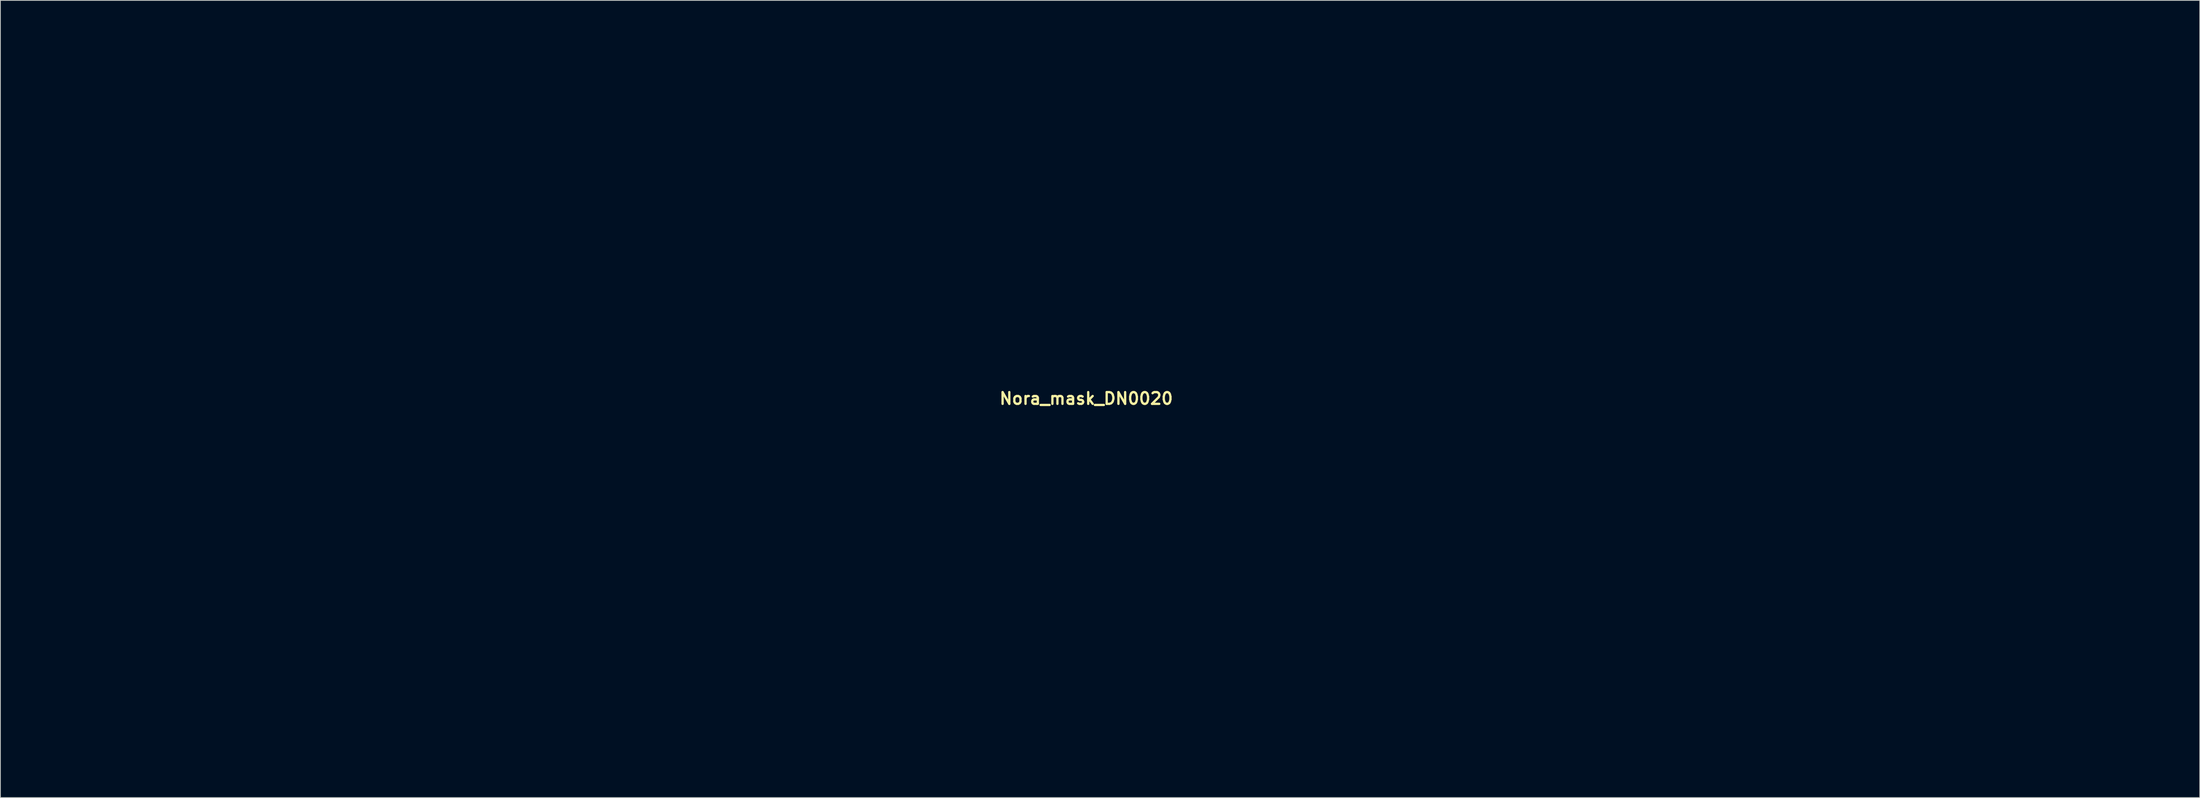
<source format=kicad_pcb>
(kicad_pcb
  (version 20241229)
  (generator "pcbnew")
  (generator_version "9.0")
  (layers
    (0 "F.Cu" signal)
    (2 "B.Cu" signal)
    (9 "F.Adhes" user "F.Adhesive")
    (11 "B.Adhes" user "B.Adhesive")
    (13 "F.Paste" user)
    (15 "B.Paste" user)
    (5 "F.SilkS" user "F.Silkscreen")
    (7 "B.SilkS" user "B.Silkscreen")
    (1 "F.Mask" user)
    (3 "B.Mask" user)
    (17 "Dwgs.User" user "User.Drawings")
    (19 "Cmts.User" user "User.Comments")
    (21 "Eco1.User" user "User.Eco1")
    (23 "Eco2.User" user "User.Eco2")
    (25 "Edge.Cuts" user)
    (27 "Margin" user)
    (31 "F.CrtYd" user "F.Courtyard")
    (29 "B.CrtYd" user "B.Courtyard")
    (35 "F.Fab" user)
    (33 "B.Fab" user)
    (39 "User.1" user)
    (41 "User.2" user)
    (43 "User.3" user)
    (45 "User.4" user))
  (footprint "Nora_mask_DN0020"
    (layer "F.Cu")
    (at 137.813 48.639)
    (property "Reference" "Nora_mask_DN0020" (at 0 0 0) (layer "F.SilkS") (effects (font (size 1.524 1.524) (thickness 0.3))))
    (attr through_hole)
    (fp_poly (pts (xy -100.927 45.59) (xy -100.615 45.594) (xy -99.701 45.614) (xy -100.608 47.189) (xy -100.919 47.722) (xy -101.166 48.134) (xy -101.354 48.428) (xy -101.484 48.607) (xy -101.558 48.676) (xy -101.574 48.671) (xy -101.625 48.586) (xy -101.737 48.396) (xy -101.898 48.121) (xy -102.098 47.778) (xy -102.326 47.384) (xy -102.494 47.096) (xy -103.354 45.614) (xy -102.442 45.594) (xy -101.976 45.588) (xy -101.446 45.586) (xy -100.927 45.59)) (stroke (width 0.01) (type solid)) (fill yes) (layer "F.Mask"))
    (fp_poly (pts (xy 35.032 -45.498) (xy 35.346 -45.493) (xy 36.26 -45.473) (xy 35.386 -43.958) (xy 35.144 -43.54) (xy 34.922 -43.165) (xy 34.732 -42.85) (xy 34.583 -42.61) (xy 34.487 -42.464) (xy 34.454 -42.425) (xy 34.404 -42.478) (xy 34.295 -42.638) (xy 34.136 -42.889) (xy 33.938 -43.213) (xy 33.711 -43.596) (xy 33.511 -43.94) (xy 32.625 -45.473) (xy 33.528 -45.493) (xy 33.989 -45.499) (xy 34.515 -45.501) (xy 35.032 -45.498)) (stroke (width 0.01) (type solid)) (fill yes) (layer "F.Mask"))
    (fp_poly (pts (xy 88.839 -45.506) (xy 90.699 -45.504) (xy 91.369 -44.328) (xy 91.598 -43.928) (xy 91.819 -43.539) (xy 92.018 -43.19) (xy 92.178 -42.911) (xy 92.273 -42.743) (xy 92.507 -42.333) (xy 88.838 -42.333) (xy 88.456 -42.986) (xy 88.257 -43.326) (xy 88.023 -43.732) (xy 87.785 -44.144) (xy 87.629 -44.415) (xy 87.45 -44.726) (xy 87.288 -45.005) (xy 87.16 -45.222) (xy 87.083 -45.347) (xy 87.082 -45.35) (xy 86.979 -45.508) (xy 88.839 -45.506)) (stroke (width 0.01) (type solid)) (fill yes) (layer "F.Mask"))
    (fp_poly (pts (xy -30.794 -42.304) (xy -30.678 -42.138) (xy -30.497 -41.851) (xy -30.254 -41.445) (xy -29.949 -40.921) (xy -29.582 -40.282) (xy -29.258 -39.708) (xy -28.988 -39.229) (xy -32.679 -39.229) (xy -32.538 -39.458) (xy -32.461 -39.588) (xy -32.327 -39.817) (xy -32.148 -40.125) (xy -31.937 -40.489) (xy -31.707 -40.886) (xy -31.646 -40.993) (xy -31.421 -41.381) (xy -31.218 -41.729) (xy -31.049 -42.016) (xy -30.924 -42.224) (xy -30.855 -42.335) (xy -30.846 -42.347) (xy -30.794 -42.304)) (stroke (width 0.01) (type solid)) (fill yes) (layer "F.Mask"))
    (fp_poly (pts (xy -99.694 -45.492) (xy -97.844 -45.473) (xy -96.971 -43.956) (xy -96.73 -43.537) (xy -96.515 -43.158) (xy -96.335 -42.836) (xy -96.199 -42.589) (xy -96.117 -42.433) (xy -96.097 -42.387) (xy -96.164 -42.372) (xy -96.354 -42.36) (xy -96.648 -42.349) (xy -97.027 -42.341) (xy -97.473 -42.336) (xy -97.913 -42.335) (xy -99.73 -42.336) (xy -100.401 -43.508) (xy -100.629 -43.909) (xy -100.852 -44.298) (xy -101.051 -44.647) (xy -101.212 -44.928) (xy -101.307 -45.095) (xy -101.544 -45.511) (xy -99.694 -45.492)) (stroke (width 0.01) (type solid)) (fill yes) (layer "F.Mask"))
    (fp_poly (pts (xy -135.948 -42.346) (xy -135.9 -42.273) (xy -135.793 -42.096) (xy -135.637 -41.834) (xy -135.445 -41.506) (xy -135.226 -41.129) (xy -135.148 -40.993) (xy -134.915 -40.59) (xy -134.698 -40.215) (xy -134.51 -39.891) (xy -134.362 -39.639) (xy -134.269 -39.481) (xy -134.255 -39.458) (xy -134.115 -39.229) (xy -137.808 -39.229) (xy -137.572 -39.643) (xy -137.178 -40.333) (xy -136.848 -40.908) (xy -136.577 -41.374) (xy -136.362 -41.739) (xy -136.196 -42.012) (xy -136.076 -42.199) (xy -135.997 -42.309) (xy -135.955 -42.348) (xy -135.948 -42.346)) (stroke (width 0.01) (type solid)) (fill yes) (layer "F.Mask"))
    (fp_poly (pts (xy 94.76 26.742) (xy 95.199 26.748) (xy 95.568 26.756) (xy 95.849 26.767) (xy 96.024 26.78) (xy 96.075 26.793) (xy 95.846 27.199) (xy 95.6 27.628) (xy 95.348 28.063) (xy 95.101 28.487) (xy 94.868 28.882) (xy 94.66 29.231) (xy 94.487 29.518) (xy 94.358 29.724) (xy 94.285 29.832) (xy 94.272 29.845) (xy 94.225 29.786) (xy 94.118 29.621) (xy 93.961 29.367) (xy 93.764 29.038) (xy 93.537 28.652) (xy 93.329 28.293) (xy 92.434 26.741) (xy 94.27 26.741) (xy 94.76 26.742)) (stroke (width 0.01) (type solid)) (fill yes) (layer "F.Mask"))
    (fp_poly (pts (xy -66.12 -42.393) (xy -65.671 -42.391) (xy -65.24 -42.387) (xy -63.43 -42.369) (xy -64.33 -40.8) (xy -64.574 -40.376) (xy -64.796 -39.995) (xy -64.986 -39.674) (xy -65.133 -39.429) (xy -65.23 -39.276) (xy -65.264 -39.231) (xy -65.307 -39.29) (xy -65.411 -39.455) (xy -65.565 -39.709) (xy -65.76 -40.038) (xy -65.985 -40.424) (xy -66.199 -40.794) (xy -66.442 -41.217) (xy -66.658 -41.6) (xy -66.838 -41.923) (xy -66.973 -42.173) (xy -67.054 -42.331) (xy -67.074 -42.381) (xy -66.999 -42.387) (xy -66.803 -42.391) (xy -66.503 -42.393) (xy -66.12 -42.393)) (stroke (width 0.01) (type solid)) (fill yes) (layer "F.Mask"))
    (fp_poly (pts (xy -48.935 -48.579) (xy -48.834 -48.427) (xy -48.685 -48.193) (xy -48.5 -47.895) (xy -48.292 -47.553) (xy -48.071 -47.186) (xy -47.849 -46.813) (xy -47.638 -46.455) (xy -47.45 -46.13) (xy -47.296 -45.858) (xy -47.188 -45.658) (xy -47.143 -45.565) (xy -47.204 -45.55) (xy -47.388 -45.536) (xy -47.676 -45.525) (xy -48.052 -45.516) (xy -48.495 -45.51) (xy -48.957 -45.508) (xy -50.794 -45.508) (xy -49.91 -47.043) (xy -49.666 -47.465) (xy -49.444 -47.847) (xy -49.254 -48.171) (xy -49.106 -48.42) (xy -49.01 -48.578) (xy -48.978 -48.627) (xy -48.935 -48.579)) (stroke (width 0.01) (type solid)) (fill yes) (layer "F.Mask"))
    (fp_poly (pts (xy -16.24 -48.555) (xy -16.133 -48.377) (xy -15.976 -48.111) (xy -15.778 -47.773) (xy -15.551 -47.382) (xy -15.355 -47.043) (xy -14.471 -45.508) (xy -16.308 -45.508) (xy -16.799 -45.511) (xy -17.238 -45.517) (xy -17.609 -45.526) (xy -17.891 -45.538) (xy -18.068 -45.553) (xy -18.121 -45.568) (xy -18.06 -45.693) (xy -17.943 -45.906) (xy -17.783 -46.188) (xy -17.59 -46.52) (xy -17.377 -46.882) (xy -17.155 -47.255) (xy -16.935 -47.619) (xy -16.73 -47.954) (xy -16.551 -48.242) (xy -16.41 -48.462) (xy -16.318 -48.596) (xy -16.287 -48.628) (xy -16.24 -48.555)) (stroke (width 0.01) (type solid)) (fill yes) (layer "F.Mask"))
    (fp_poly (pts (xy -1.802 -36.02) (xy -1.701 -35.869) (xy -1.552 -35.634) (xy -1.368 -35.336) (xy -1.16 -34.994) (xy -0.94 -34.627) (xy -0.718 -34.255) (xy -0.508 -33.896) (xy -0.32 -33.571) (xy -0.166 -33.3) (xy -0.057 -33.1) (xy -0.012 -33.006) (xy -0.073 -32.991) (xy -0.257 -32.977) (xy -0.545 -32.966) (xy -0.92 -32.957) (xy -1.364 -32.951) (xy -1.823 -32.949) (xy -3.657 -32.949) (xy -2.773 -34.484) (xy -2.529 -34.906) (xy -2.307 -35.288) (xy -2.118 -35.612) (xy -1.97 -35.861) (xy -1.875 -36.019) (xy -1.844 -36.068) (xy -1.802 -36.02)) (stroke (width 0.01) (type solid)) (fill yes) (layer "F.Mask"))
    (fp_poly (pts (xy 8.212 47.113) (xy 7.967 47.536) (xy 7.745 47.917) (xy 7.555 48.242) (xy 7.408 48.491) (xy 7.312 48.649) (xy 7.28 48.697) (xy 7.233 48.653) (xy 7.127 48.501) (xy 6.971 48.258) (xy 6.775 47.94) (xy 6.549 47.561) (xy 6.35 47.22) (xy 6.107 46.799) (xy 5.888 46.417) (xy 5.702 46.093) (xy 5.56 45.843) (xy 5.471 45.685) (xy 5.445 45.636) (xy 5.506 45.621) (xy 5.689 45.607) (xy 5.978 45.595) (xy 6.353 45.586) (xy 6.797 45.581) (xy 7.259 45.579) (xy 9.096 45.579) (xy 8.212 47.113)) (stroke (width 0.01) (type solid)) (fill yes) (layer "F.Mask"))
    (fp_poly (pts (xy 16.33 -48.58) (xy 16.432 -48.429) (xy 16.581 -48.195) (xy 16.765 -47.897) (xy 16.974 -47.555) (xy 17.195 -47.188) (xy 17.416 -46.816) (xy 17.627 -46.458) (xy 17.814 -46.133) (xy 17.968 -45.862) (xy 18.075 -45.663) (xy 18.121 -45.568) (xy 18.06 -45.552) (xy 17.876 -45.538) (xy 17.588 -45.525) (xy 17.212 -45.516) (xy 16.769 -45.51) (xy 16.308 -45.508) (xy 14.471 -45.508) (xy 15.355 -47.043) (xy 15.599 -47.465) (xy 15.821 -47.847) (xy 16.011 -48.171) (xy 16.159 -48.421) (xy 16.255 -48.579) (xy 16.287 -48.628) (xy 16.33 -48.58)) (stroke (width 0.01) (type solid)) (fill yes) (layer "F.Mask"))
    (fp_poly (pts (xy 35.859 -36.112) (xy 36.289 -36.108) (xy 38.097 -36.089) (xy 37.199 -34.521) (xy 36.955 -34.097) (xy 36.733 -33.716) (xy 36.543 -33.395) (xy 36.395 -33.15) (xy 36.299 -32.997) (xy 36.264 -32.951) (xy 36.221 -33.009) (xy 36.117 -33.174) (xy 35.963 -33.428) (xy 35.768 -33.757) (xy 35.542 -34.143) (xy 35.328 -34.512) (xy 35.085 -34.936) (xy 34.869 -35.318) (xy 34.689 -35.642) (xy 34.555 -35.891) (xy 34.474 -36.05) (xy 34.454 -36.1) (xy 34.529 -36.107) (xy 34.726 -36.111) (xy 35.026 -36.114) (xy 35.41 -36.114) (xy 35.859 -36.112)) (stroke (width 0.01) (type solid)) (fill yes) (layer "F.Mask"))
    (fp_poly (pts (xy 53.848 42.416) (xy 54.137 42.419) (xy 54.32 42.425) (xy 54.379 42.431) (xy 54.353 42.497) (xy 54.267 42.665) (xy 54.132 42.914) (xy 53.959 43.226) (xy 53.759 43.579) (xy 53.544 43.955) (xy 53.326 44.333) (xy 53.115 44.694) (xy 52.923 45.018) (xy 52.762 45.286) (xy 52.642 45.476) (xy 52.576 45.57) (xy 52.568 45.577) (xy 52.523 45.518) (xy 52.419 45.352) (xy 52.265 45.096) (xy 52.07 44.766) (xy 51.845 44.379) (xy 51.63 44.007) (xy 50.732 42.439) (xy 52.54 42.42) (xy 53.031 42.416) (xy 53.473 42.415) (xy 53.848 42.416)) (stroke (width 0.01) (type solid)) (fill yes) (layer "F.Mask"))
    (fp_poly (pts (xy -133.258 43.954) (xy -133.014 44.377) (xy -132.796 44.759) (xy -132.612 45.083) (xy -132.473 45.333) (xy -132.386 45.491) (xy -132.362 45.542) (xy -132.43 45.552) (xy -132.62 45.561) (xy -132.914 45.568) (xy -133.293 45.574) (xy -133.739 45.578) (xy -134.183 45.579) (xy -136.003 45.579) (xy -136.899 44.029) (xy -137.143 43.606) (xy -137.361 43.224) (xy -137.545 42.9) (xy -137.685 42.65) (xy -137.771 42.491) (xy -137.795 42.441) (xy -137.728 42.431) (xy -137.538 42.422) (xy -137.244 42.414) (xy -136.864 42.409) (xy -136.419 42.405) (xy -135.974 42.404) (xy -134.154 42.404) (xy -133.258 43.954)) (stroke (width 0.01) (type solid)) (fill yes) (layer "F.Mask"))
    (fp_poly (pts (xy -107.508 -36.112) (xy -107.221 -36.109) (xy -107.039 -36.103) (xy -106.981 -36.096) (xy -107.008 -36.032) (xy -107.093 -35.865) (xy -107.227 -35.616) (xy -107.398 -35.305) (xy -107.594 -34.953) (xy -107.805 -34.578) (xy -108.018 -34.202) (xy -108.223 -33.844) (xy -108.408 -33.524) (xy -108.561 -33.262) (xy -108.673 -33.079) (xy -108.729 -32.996) (xy -108.804 -32.992) (xy -108.842 -33.031) (xy -108.893 -33.117) (xy -109.004 -33.307) (xy -109.165 -33.582) (xy -109.364 -33.926) (xy -109.593 -34.32) (xy -109.759 -34.608) (xy -110.615 -36.089) (xy -108.813 -36.108) (xy -108.324 -36.112) (xy -107.883 -36.113) (xy -107.508 -36.112)) (stroke (width 0.01) (type solid)) (fill yes) (layer "F.Mask"))
    (fp_poly (pts (xy 135.98 -45.492) (xy 137.79 -45.473) (xy 136.892 -43.921) (xy 135.994 -42.369) (xy 134.178 -42.35) (xy 133.684 -42.347) (xy 133.243 -42.349) (xy 132.872 -42.355) (xy 132.589 -42.365) (xy 132.414 -42.379) (xy 132.362 -42.393) (xy 132.396 -42.467) (xy 132.489 -42.642) (xy 132.631 -42.898) (xy 132.808 -43.214) (xy 133.01 -43.57) (xy 133.224 -43.946) (xy 133.44 -44.32) (xy 133.645 -44.673) (xy 133.827 -44.984) (xy 133.975 -45.232) (xy 134.077 -45.397) (xy 134.118 -45.457) (xy 134.2 -45.471) (xy 134.404 -45.482) (xy 134.71 -45.49) (xy 135.099 -45.494) (xy 135.552 -45.495) (xy 135.98 -45.492)) (stroke (width 0.01) (type solid)) (fill yes) (layer "F.Mask"))
    (fp_poly (pts (xy -89.377 -42.392) (xy -89.09 -42.389) (xy -88.907 -42.383) (xy -88.849 -42.377) (xy -88.876 -42.312) (xy -88.962 -42.146) (xy -89.096 -41.898) (xy -89.267 -41.588) (xy -89.464 -41.237) (xy -89.674 -40.864) (xy -89.886 -40.491) (xy -90.09 -40.136) (xy -90.274 -39.821) (xy -90.426 -39.565) (xy -90.534 -39.388) (xy -90.562 -39.347) (xy -90.641 -39.264) (xy -90.704 -39.303) (xy -90.709 -39.311) (xy -90.761 -39.396) (xy -90.872 -39.586) (xy -91.033 -39.861) (xy -91.233 -40.204) (xy -91.461 -40.598) (xy -91.629 -40.886) (xy -92.488 -42.369) (xy -90.683 -42.387) (xy -90.193 -42.391) (xy -89.752 -42.393) (xy -89.377 -42.392)) (stroke (width 0.01) (type solid)) (fill yes) (layer "F.Mask"))
    (fp_poly (pts (xy 123.755 45.58) (xy 124.197 45.583) (xy 124.57 45.587) (xy 124.857 45.593) (xy 125.038 45.6) (xy 125.095 45.607) (xy 125.062 45.672) (xy 124.969 45.838) (xy 124.828 46.087) (xy 124.651 46.398) (xy 124.449 46.751) (xy 124.233 47.127) (xy 124.016 47.505) (xy 123.807 47.866) (xy 123.62 48.19) (xy 123.465 48.456) (xy 123.353 48.645) (xy 123.297 48.737) (xy 123.294 48.742) (xy 123.252 48.696) (xy 123.158 48.556) (xy 123.032 48.347) (xy 122.994 48.283) (xy 122.865 48.059) (xy 122.683 47.744) (xy 122.467 47.371) (xy 122.236 46.972) (xy 122.073 46.69) (xy 121.431 45.579) (xy 123.263 45.579) (xy 123.755 45.58)) (stroke (width 0.01) (type solid)) (fill yes) (layer "F.Mask"))
    (fp_poly (pts (xy 18.174 -39.169) (xy 18.277 -39.005) (xy 18.428 -38.755) (xy 18.618 -38.435) (xy 18.835 -38.064) (xy 19.069 -37.66) (xy 19.31 -37.24) (xy 19.548 -36.823) (xy 19.771 -36.426) (xy 19.792 -36.389) (xy 19.979 -36.054) (xy 18.133 -36.054) (xy 17.641 -36.056) (xy 17.2 -36.062) (xy 16.828 -36.072) (xy 16.544 -36.084) (xy 16.365 -36.099) (xy 16.31 -36.114) (xy 16.359 -36.21) (xy 16.465 -36.402) (xy 16.617 -36.67) (xy 16.803 -36.994) (xy 17.011 -37.354) (xy 17.231 -37.73) (xy 17.45 -38.104) (xy 17.657 -38.454) (xy 17.84 -38.761) (xy 17.987 -39.005) (xy 18.088 -39.168) (xy 18.131 -39.228) (xy 18.131 -39.228) (xy 18.174 -39.169)) (stroke (width 0.01) (type solid)) (fill yes) (layer "F.Mask"))
    (fp_poly (pts (xy -67.023 45.732) (xy -66.915 45.878) (xy -66.762 46.113) (xy -66.559 46.447) (xy -66.298 46.89) (xy -66.16 47.128) (xy -65.916 47.551) (xy -65.698 47.933) (xy -65.514 48.258) (xy -65.374 48.508) (xy -65.288 48.666) (xy -65.264 48.717) (xy -65.331 48.727) (xy -65.521 48.736) (xy -65.816 48.743) (xy -66.195 48.749) (xy -66.642 48.753) (xy -67.104 48.754) (xy -68.944 48.754) (xy -68.806 48.525) (xy -68.729 48.394) (xy -68.595 48.164) (xy -68.418 47.856) (xy -68.21 47.493) (xy -67.984 47.099) (xy -67.942 47.025) (xy -67.72 46.638) (xy -67.517 46.29) (xy -67.346 46.001) (xy -67.218 45.79) (xy -67.145 45.677) (xy -67.136 45.666) (xy -67.095 45.665) (xy -67.023 45.732)) (stroke (width 0.01) (type solid)) (fill yes) (layer "F.Mask"))
    (fp_poly (pts (xy 64.375 28.284) (xy 64.617 28.706) (xy 64.835 29.088) (xy 65.017 29.412) (xy 65.156 29.662) (xy 65.241 29.821) (xy 65.264 29.871) (xy 65.196 29.88) (xy 64.999 29.888) (xy 64.688 29.895) (xy 64.275 29.901) (xy 63.774 29.907) (xy 63.197 29.911) (xy 62.559 29.914) (xy 61.871 29.915) (xy 61.624 29.916) (xy 60.924 29.914) (xy 60.268 29.911) (xy 59.671 29.906) (xy 59.145 29.899) (xy 58.703 29.891) (xy 58.359 29.881) (xy 58.126 29.871) (xy 58.015 29.86) (xy 58.008 29.855) (xy 58.049 29.78) (xy 58.15 29.6) (xy 58.302 29.332) (xy 58.495 28.993) (xy 58.72 28.601) (xy 58.912 28.268) (xy 59.792 26.741) (xy 63.486 26.741) (xy 64.375 28.284)) (stroke (width 0.01) (type solid)) (fill yes) (layer "F.Mask"))
    (fp_poly (pts (xy 114.27 45.667) (xy 114.328 45.753) (xy 114.445 45.942) (xy 114.607 46.213) (xy 114.803 46.548) (xy 115.022 46.927) (xy 115.073 47.016) (xy 115.301 47.413) (xy 115.514 47.783) (xy 115.698 48.103) (xy 115.841 48.35) (xy 115.929 48.501) (xy 115.937 48.515) (xy 116.078 48.754) (xy 114.231 48.754) (xy 113.738 48.752) (xy 113.297 48.745) (xy 112.925 48.736) (xy 112.641 48.723) (xy 112.462 48.708) (xy 112.407 48.693) (xy 112.447 48.617) (xy 112.548 48.436) (xy 112.7 48.168) (xy 112.894 47.829) (xy 113.118 47.437) (xy 113.31 47.105) (xy 113.595 46.614) (xy 113.82 46.237) (xy 113.991 45.964) (xy 114.116 45.783) (xy 114.202 45.685) (xy 114.256 45.659) (xy 114.27 45.667)) (stroke (width 0.01) (type solid)) (fill yes) (layer "F.Mask"))
    (fp_poly (pts (xy -52.513 39.404) (xy -52.408 39.575) (xy -52.253 39.833) (xy -52.058 40.161) (xy -51.834 40.543) (xy -51.592 40.959) (xy -51.34 41.393) (xy -51.09 41.828) (xy -50.851 42.245) (xy -50.751 42.422) (xy -50.81 42.436) (xy -50.993 42.448) (xy -51.28 42.459) (xy -51.654 42.467) (xy -52.097 42.473) (xy -52.566 42.474) (xy -53.058 42.472) (xy -53.498 42.466) (xy -53.87 42.456) (xy -54.154 42.444) (xy -54.332 42.429) (xy -54.387 42.413) (xy -54.33 42.296) (xy -54.216 42.089) (xy -54.058 41.81) (xy -53.868 41.48) (xy -53.656 41.118) (xy -53.434 40.744) (xy -53.215 40.377) (xy -53.009 40.037) (xy -52.829 39.744) (xy -52.686 39.517) (xy -52.591 39.376) (xy -52.558 39.338) (xy -52.513 39.404)) (stroke (width 0.01) (type solid)) (fill yes) (layer "F.Mask"))
    (fp_poly (pts (xy 44.004 -42.401) (xy 44.45 -42.395) (xy 44.819 -42.384) (xy 45.094 -42.37) (xy 45.257 -42.354) (xy 45.297 -42.34) (xy 45.263 -42.265) (xy 45.169 -42.088) (xy 45.028 -41.831) (xy 44.851 -41.513) (xy 44.649 -41.157) (xy 44.434 -40.781) (xy 44.219 -40.407) (xy 44.015 -40.056) (xy 43.833 -39.747) (xy 43.686 -39.501) (xy 43.585 -39.34) (xy 43.546 -39.285) (xy 43.495 -39.326) (xy 43.384 -39.476) (xy 43.223 -39.723) (xy 43.019 -40.051) (xy 42.782 -40.447) (xy 42.592 -40.775) (xy 42.349 -41.199) (xy 42.131 -41.581) (xy 41.948 -41.906) (xy 41.808 -42.156) (xy 41.722 -42.315) (xy 41.698 -42.366) (xy 41.766 -42.376) (xy 41.956 -42.385) (xy 42.249 -42.393) (xy 42.628 -42.399) (xy 43.073 -42.403) (xy 43.498 -42.404) (xy 44.004 -42.401)) (stroke (width 0.01) (type solid)) (fill yes) (layer "F.Mask"))
    (fp_poly (pts (xy -126.407 -42.402) (xy -125.97 -42.398) (xy -125.602 -42.392) (xy -125.321 -42.383) (xy -125.146 -42.374) (xy -125.095 -42.364) (xy -125.129 -42.295) (xy -125.221 -42.124) (xy -125.362 -41.871) (xy -125.539 -41.558) (xy -125.74 -41.203) (xy -125.954 -40.827) (xy -126.17 -40.451) (xy -126.376 -40.095) (xy -126.559 -39.779) (xy -126.71 -39.523) (xy -126.815 -39.348) (xy -126.863 -39.274) (xy -126.917 -39.306) (xy -127.024 -39.44) (xy -127.166 -39.652) (xy -127.301 -39.874) (xy -127.666 -40.501) (xy -127.965 -41.016) (xy -128.204 -41.43) (xy -128.388 -41.752) (xy -128.523 -41.993) (xy -128.615 -42.163) (xy -128.669 -42.271) (xy -128.692 -42.328) (xy -128.693 -42.338) (xy -128.625 -42.358) (xy -128.429 -42.375) (xy -128.118 -42.388) (xy -127.706 -42.398) (xy -127.206 -42.403) (xy -126.894 -42.404) (xy -126.407 -42.402)) (stroke (width 0.01) (type solid)) (fill yes) (layer "F.Mask"))
    (fp_poly (pts (xy -85.194 39.396) (xy -85.091 39.546) (xy -84.942 39.779) (xy -84.756 40.076) (xy -84.548 40.418) (xy -84.327 40.785) (xy -84.106 41.158) (xy -83.896 41.517) (xy -83.708 41.843) (xy -83.555 42.116) (xy -83.448 42.317) (xy -83.399 42.426) (xy -83.397 42.436) (xy -83.464 42.447) (xy -83.654 42.456) (xy -83.947 42.464) (xy -84.326 42.47) (xy -84.771 42.473) (xy -85.196 42.474) (xy -85.74 42.472) (xy -86.202 42.465) (xy -86.571 42.453) (xy -86.833 42.438) (xy -86.974 42.42) (xy -86.995 42.408) (xy -86.961 42.333) (xy -86.868 42.157) (xy -86.726 41.9) (xy -86.548 41.583) (xy -86.346 41.227) (xy -86.131 40.851) (xy -85.915 40.477) (xy -85.71 40.125) (xy -85.528 39.816) (xy -85.38 39.569) (xy -85.278 39.406) (xy -85.238 39.35) (xy -85.194 39.396)) (stroke (width 0.01) (type solid)) (fill yes) (layer "F.Mask"))
    (fp_poly (pts (xy -43.01 -42.402) (xy -42.573 -42.398) (xy -42.205 -42.392) (xy -41.924 -42.383) (xy -41.749 -42.374) (xy -41.698 -42.364) (xy -41.732 -42.295) (xy -41.825 -42.124) (xy -41.965 -41.871) (xy -42.142 -41.558) (xy -42.344 -41.203) (xy -42.558 -40.827) (xy -42.774 -40.451) (xy -42.979 -40.095) (xy -43.163 -39.779) (xy -43.313 -39.523) (xy -43.419 -39.348) (xy -43.467 -39.274) (xy -43.536 -39.281) (xy -43.624 -39.38) (xy -43.738 -39.569) (xy -43.895 -39.835) (xy -44.083 -40.159) (xy -44.29 -40.519) (xy -44.504 -40.895) (xy -44.714 -41.267) (xy -44.908 -41.614) (xy -45.075 -41.915) (xy -45.202 -42.15) (xy -45.279 -42.297) (xy -45.297 -42.339) (xy -45.229 -42.358) (xy -45.034 -42.374) (xy -44.727 -42.388) (xy -44.322 -42.398) (xy -43.835 -42.403) (xy -43.498 -42.404) (xy -43.01 -42.402)) (stroke (width 0.01) (type solid)) (fill yes) (layer "F.Mask"))
    (fp_poly (pts (xy -19.929 39.396) (xy -19.826 39.545) (xy -19.676 39.778) (xy -19.491 40.075) (xy -19.282 40.416) (xy -19.061 40.783) (xy -18.84 41.156) (xy -18.63 41.514) (xy -18.443 41.84) (xy -18.29 42.112) (xy -18.183 42.313) (xy -18.135 42.422) (xy -18.133 42.432) (xy -18.2 42.443) (xy -18.39 42.454) (xy -18.684 42.462) (xy -19.062 42.469) (xy -19.507 42.473) (xy -19.932 42.474) (xy -20.438 42.472) (xy -20.884 42.465) (xy -21.253 42.455) (xy -21.528 42.441) (xy -21.692 42.425) (xy -21.731 42.411) (xy -21.697 42.336) (xy -21.604 42.16) (xy -21.462 41.904) (xy -21.285 41.587) (xy -21.082 41.231) (xy -20.868 40.855) (xy -20.652 40.481) (xy -20.447 40.129) (xy -20.265 39.818) (xy -20.117 39.571) (xy -20.015 39.407) (xy -19.974 39.349) (xy -19.929 39.396)) (stroke (width 0.01) (type solid)) (fill yes) (layer "F.Mask"))
    (fp_poly (pts (xy 107.454 36.127) (xy 107.896 36.133) (xy 108.267 36.142) (xy 108.551 36.154) (xy 108.73 36.169) (xy 108.785 36.184) (xy 108.736 36.279) (xy 108.631 36.469) (xy 108.479 36.736) (xy 108.293 37.059) (xy 108.085 37.419) (xy 107.865 37.795) (xy 107.646 38.169) (xy 107.439 38.519) (xy 107.255 38.827) (xy 107.107 39.073) (xy 107.006 39.237) (xy 106.963 39.298) (xy 106.962 39.298) (xy 106.919 39.24) (xy 106.815 39.075) (xy 106.661 38.821) (xy 106.467 38.493) (xy 106.242 38.108) (xy 106.045 37.768) (xy 105.802 37.346) (xy 105.583 36.965) (xy 105.398 36.64) (xy 105.255 36.39) (xy 105.166 36.231) (xy 105.14 36.181) (xy 105.201 36.166) (xy 105.385 36.152) (xy 105.673 36.141) (xy 106.049 36.132) (xy 106.493 36.126) (xy 106.962 36.124) (xy 107.454 36.127)) (stroke (width 0.01) (type solid)) (fill yes) (layer "F.Mask"))
    (fp_poly (pts (xy -110.021 -45.506) (xy -109.549 -45.498) (xy -109.185 -45.487) (xy -108.938 -45.471) (xy -108.818 -45.451) (xy -108.808 -45.441) (xy -108.857 -45.34) (xy -108.963 -45.144) (xy -109.114 -44.874) (xy -109.299 -44.55) (xy -109.506 -44.191) (xy -109.722 -43.817) (xy -109.937 -43.45) (xy -110.139 -43.109) (xy -110.316 -42.814) (xy -110.455 -42.586) (xy -110.547 -42.444) (xy -110.577 -42.406) (xy -110.648 -42.458) (xy -110.727 -42.563) (xy -110.809 -42.698) (xy -110.94 -42.921) (xy -111.108 -43.212) (xy -111.303 -43.549) (xy -111.511 -43.911) (xy -111.722 -44.279) (xy -111.922 -44.632) (xy -112.102 -44.948) (xy -112.248 -45.208) (xy -112.35 -45.391) (xy -112.394 -45.475) (xy -112.395 -45.478) (xy -112.328 -45.486) (xy -112.138 -45.494) (xy -111.844 -45.5) (xy -111.465 -45.505) (xy -111.02 -45.507) (xy -110.59 -45.508) (xy -110.021 -45.506)) (stroke (width 0.01) (type solid)) (fill yes) (layer "F.Mask"))
    (fp_poly (pts (xy -79.276 45.58) (xy -78.839 45.584) (xy -78.47 45.591) (xy -78.19 45.599) (xy -78.015 45.609) (xy -77.964 45.618) (xy -77.997 45.686) (xy -78.09 45.855) (xy -78.231 46.105) (xy -78.407 46.417) (xy -78.608 46.768) (xy -78.821 47.14) (xy -79.035 47.511) (xy -79.239 47.862) (xy -79.419 48.172) (xy -79.565 48.42) (xy -79.666 48.586) (xy -79.696 48.634) (xy -79.73 48.66) (xy -79.777 48.643) (xy -79.847 48.571) (xy -79.947 48.431) (xy -80.087 48.211) (xy -80.274 47.899) (xy -80.517 47.482) (xy -80.672 47.214) (xy -80.914 46.791) (xy -81.132 46.409) (xy -81.315 46.084) (xy -81.453 45.833) (xy -81.539 45.674) (xy -81.562 45.623) (xy -81.495 45.611) (xy -81.305 45.601) (xy -81.011 45.591) (xy -80.633 45.584) (xy -80.188 45.58) (xy -79.763 45.579) (xy -79.276 45.58)) (stroke (width 0.01) (type solid)) (fill yes) (layer "F.Mask"))
    (fp_poly (pts (xy -61.586 29.927) (xy -61.486 30.097) (xy -61.339 30.348) (xy -61.158 30.66) (xy -60.954 31.015) (xy -60.737 31.391) (xy -60.521 31.769) (xy -60.315 32.129) (xy -60.132 32.45) (xy -59.983 32.714) (xy -59.879 32.899) (xy -59.833 32.987) (xy -59.831 32.991) (xy -59.899 32.999) (xy -60.088 33.006) (xy -60.382 33.012) (xy -60.76 33.016) (xy -61.205 33.019) (xy -61.63 33.02) (xy -62.117 33.018) (xy -62.555 33.014) (xy -62.923 33.006) (xy -63.204 32.997) (xy -63.378 32.986) (xy -63.429 32.975) (xy -63.396 32.903) (xy -63.304 32.731) (xy -63.164 32.48) (xy -62.987 32.168) (xy -62.786 31.815) (xy -62.571 31.442) (xy -62.354 31.067) (xy -62.146 30.711) (xy -61.959 30.393) (xy -61.803 30.132) (xy -61.691 29.949) (xy -61.633 29.863) (xy -61.628 29.86) (xy -61.586 29.927)) (stroke (width 0.01) (type solid)) (fill yes) (layer "F.Mask"))
    (fp_poly (pts (xy -14.454 -39.115) (xy -14.348 -38.954) (xy -14.196 -38.71) (xy -14.01 -38.404) (xy -13.801 -38.055) (xy -13.582 -37.684) (xy -13.364 -37.31) (xy -13.158 -36.954) (xy -12.977 -36.636) (xy -12.833 -36.375) (xy -12.737 -36.193) (xy -12.7 -36.108) (xy -12.7 -36.107) (xy -12.768 -36.092) (xy -12.957 -36.08) (xy -13.251 -36.069) (xy -13.629 -36.061) (xy -14.074 -36.055) (xy -14.499 -36.054) (xy -14.986 -36.056) (xy -15.423 -36.063) (xy -15.792 -36.072) (xy -16.073 -36.085) (xy -16.247 -36.1) (xy -16.298 -36.115) (xy -16.264 -36.197) (xy -16.17 -36.379) (xy -16.027 -36.638) (xy -15.847 -36.955) (xy -15.643 -37.31) (xy -15.425 -37.683) (xy -15.206 -38.054) (xy -14.997 -38.403) (xy -14.81 -38.709) (xy -14.658 -38.953) (xy -14.551 -39.114) (xy -14.502 -39.173) (xy -14.502 -39.173) (xy -14.454 -39.115)) (stroke (width 0.01) (type solid)) (fill yes) (layer "F.Mask"))
    (fp_poly (pts (xy -1.312 42.406) (xy -0.875 42.41) (xy -0.507 42.418) (xy -0.226 42.427) (xy -0.051 42.438) (xy 0 42.448) (xy -0.033 42.52) (xy -0.126 42.692) (xy -0.267 42.945) (xy -0.444 43.258) (xy -0.647 43.613) (xy -0.862 43.989) (xy -1.08 44.366) (xy -1.289 44.725) (xy -1.476 45.045) (xy -1.632 45.306) (xy -1.744 45.49) (xy -1.8 45.575) (xy -1.804 45.579) (xy -1.857 45.527) (xy -1.932 45.42) (xy -2.047 45.231) (xy -2.205 44.965) (xy -2.393 44.641) (xy -2.6 44.281) (xy -2.814 43.905) (xy -3.024 43.534) (xy -3.217 43.189) (xy -3.383 42.89) (xy -3.508 42.658) (xy -3.583 42.513) (xy -3.598 42.475) (xy -3.529 42.451) (xy -3.323 42.432) (xy -2.985 42.417) (xy -2.521 42.408) (xy -1.934 42.404) (xy -1.799 42.404) (xy -1.312 42.406)) (stroke (width 0.01) (type solid)) (fill yes) (layer "F.Mask"))
    (fp_poly (pts (xy 85.267 7.984) (xy 85.331 8.076) (xy 85.449 8.266) (xy 85.609 8.534) (xy 85.8 8.858) (xy 86.009 9.219) (xy 86.225 9.594) (xy 86.435 9.964) (xy 86.628 10.308) (xy 86.792 10.605) (xy 86.914 10.833) (xy 86.984 10.973) (xy 86.995 11.005) (xy 86.925 11.03) (xy 86.716 11.05) (xy 86.37 11.065) (xy 85.889 11.074) (xy 85.275 11.077) (xy 85.188 11.077) (xy 84.633 11.076) (xy 84.204 11.073) (xy 83.885 11.067) (xy 83.663 11.057) (xy 83.521 11.041) (xy 83.445 11.02) (xy 83.42 10.992) (xy 83.423 10.97) (xy 83.468 10.881) (xy 83.574 10.688) (xy 83.731 10.409) (xy 83.927 10.063) (xy 84.154 9.668) (xy 84.321 9.377) (xy 84.597 8.902) (xy 84.813 8.539) (xy 84.977 8.277) (xy 85.097 8.102) (xy 85.181 8.005) (xy 85.237 7.972) (xy 85.267 7.984)) (stroke (width 0.01) (type solid)) (fill yes) (layer "F.Mask"))
    (fp_poly (pts (xy -126.413 45.58) (xy -125.975 45.583) (xy -125.606 45.588) (xy -125.324 45.594) (xy -125.147 45.601) (xy -125.095 45.608) (xy -125.128 45.673) (xy -125.221 45.839) (xy -125.362 46.088) (xy -125.539 46.399) (xy -125.74 46.753) (xy -125.956 47.129) (xy -126.173 47.507) (xy -126.381 47.867) (xy -126.568 48.19) (xy -126.722 48.456) (xy -126.833 48.644) (xy -126.889 48.735) (xy -126.892 48.739) (xy -126.932 48.687) (xy -127.031 48.529) (xy -127.182 48.281) (xy -127.373 47.959) (xy -127.594 47.582) (xy -127.764 47.291) (xy -128.005 46.873) (xy -128.223 46.492) (xy -128.408 46.165) (xy -128.55 45.911) (xy -128.638 45.748) (xy -128.662 45.7) (xy -128.668 45.663) (xy -128.643 45.634) (xy -128.571 45.613) (xy -128.438 45.598) (xy -128.228 45.588) (xy -127.925 45.582) (xy -127.514 45.58) (xy -126.979 45.579) (xy -126.902 45.579) (xy -126.413 45.58)) (stroke (width 0.01) (type solid)) (fill yes) (layer "F.Mask"))
    (fp_poly (pts (xy 140.075 42.406) (xy 140.513 42.413) (xy 140.883 42.422) (xy 141.165 42.435) (xy 141.341 42.45) (xy 141.393 42.464) (xy 141.36 42.539) (xy 141.266 42.714) (xy 141.124 42.971) (xy 140.947 43.287) (xy 140.744 43.644) (xy 140.529 44.019) (xy 140.313 44.394) (xy 140.108 44.747) (xy 139.925 45.058) (xy 139.776 45.307) (xy 139.674 45.473) (xy 139.632 45.533) (xy 139.572 45.505) (xy 139.466 45.378) (xy 139.333 45.177) (xy 139.294 45.11) (xy 138.926 44.475) (xy 138.624 43.951) (xy 138.381 43.528) (xy 138.191 43.195) (xy 138.047 42.942) (xy 137.945 42.758) (xy 137.877 42.632) (xy 137.838 42.554) (xy 137.827 42.527) (xy 137.82 42.49) (xy 137.843 42.461) (xy 137.911 42.439) (xy 138.04 42.423) (xy 138.244 42.413) (xy 138.54 42.408) (xy 138.943 42.405) (xy 139.469 42.404) (xy 139.587 42.404) (xy 140.075 42.406)) (stroke (width 0.01) (type solid)) (fill yes) (layer "F.Mask"))
    (fp_poly (pts (xy 63.927 -45.507) (xy 64.368 -45.505) (xy 64.741 -45.501) (xy 65.027 -45.496) (xy 65.207 -45.489) (xy 65.264 -45.483) (xy 65.23 -45.417) (xy 65.133 -45.244) (xy 64.981 -44.976) (xy 64.782 -44.629) (xy 64.546 -44.217) (xy 64.279 -43.753) (xy 63.989 -43.251) (xy 63.686 -42.727) (xy 63.377 -42.193) (xy 63.071 -41.664) (xy 62.775 -41.154) (xy 62.498 -40.678) (xy 62.247 -40.249) (xy 62.032 -39.881) (xy 61.86 -39.588) (xy 61.739 -39.385) (xy 61.677 -39.286) (xy 61.672 -39.279) (xy 61.623 -39.322) (xy 61.515 -39.472) (xy 61.358 -39.714) (xy 61.161 -40.032) (xy 60.934 -40.411) (xy 60.724 -40.77) (xy 60.481 -41.194) (xy 60.263 -41.578) (xy 60.079 -41.905) (xy 59.94 -42.157) (xy 59.855 -42.319) (xy 59.831 -42.372) (xy 59.865 -42.446) (xy 59.96 -42.624) (xy 60.107 -42.891) (xy 60.297 -43.228) (xy 60.52 -43.62) (xy 60.72 -43.967) (xy 61.608 -45.508) (xy 63.436 -45.508) (xy 63.927 -45.507)) (stroke (width 0.01) (type solid)) (fill yes) (layer "F.Mask"))
    (fp_poly (pts (xy 27.745 42.405) (xy 28.174 42.408) (xy 28.493 42.413) (xy 28.717 42.422) (xy 28.862 42.437) (xy 28.942 42.457) (xy 28.972 42.484) (xy 28.969 42.52) (xy 28.969 42.52) (xy 28.926 42.603) (xy 28.82 42.793) (xy 28.661 43.075) (xy 28.456 43.435) (xy 28.215 43.859) (xy 27.944 44.332) (xy 27.652 44.841) (xy 27.348 45.37) (xy 27.04 45.905) (xy 26.735 46.433) (xy 26.443 46.938) (xy 26.172 47.407) (xy 25.929 47.824) (xy 25.723 48.177) (xy 25.563 48.449) (xy 25.456 48.628) (xy 25.411 48.698) (xy 25.364 48.654) (xy 25.258 48.502) (xy 25.102 48.259) (xy 24.906 47.941) (xy 24.681 47.563) (xy 24.482 47.223) (xy 24.239 46.802) (xy 24.02 46.42) (xy 23.834 46.095) (xy 23.692 45.844) (xy 23.602 45.685) (xy 23.576 45.635) (xy 23.603 45.559) (xy 23.692 45.378) (xy 23.834 45.109) (xy 24.019 44.769) (xy 24.24 44.374) (xy 24.458 43.989) (xy 25.365 42.406) (xy 27.189 42.405) (xy 27.745 42.405)) (stroke (width 0.01) (type solid)) (fill yes) (layer "F.Mask"))
    (fp_poly (pts (xy 78.001 7.962) (xy 78.104 8.13) (xy 78.261 8.392) (xy 78.463 8.734) (xy 78.703 9.143) (xy 78.973 9.605) (xy 79.263 10.104) (xy 79.567 10.628) (xy 79.876 11.163) (xy 80.182 11.693) (xy 80.477 12.206) (xy 80.753 12.687) (xy 81.001 13.122) (xy 81.214 13.497) (xy 81.383 13.798) (xy 81.5 14.011) (xy 81.558 14.122) (xy 81.562 14.135) (xy 81.495 14.147) (xy 81.305 14.159) (xy 81.012 14.168) (xy 80.633 14.176) (xy 80.189 14.18) (xy 79.771 14.182) (xy 77.979 14.182) (xy 76.165 17.321) (xy 74.343 17.34) (xy 73.774 17.345) (xy 73.332 17.345) (xy 73.004 17.341) (xy 72.775 17.332) (xy 72.631 17.316) (xy 72.559 17.294) (xy 72.543 17.266) (xy 72.582 17.188) (xy 72.685 17.001) (xy 72.845 16.716) (xy 73.055 16.345) (xy 73.309 15.899) (xy 73.601 15.389) (xy 73.923 14.828) (xy 74.269 14.226) (xy 74.633 13.595) (xy 75.008 12.946) (xy 75.387 12.291) (xy 75.763 11.641) (xy 76.131 11.008) (xy 76.483 10.402) (xy 76.813 9.836) (xy 77.114 9.321) (xy 77.379 8.868) (xy 77.603 8.489) (xy 77.778 8.195) (xy 77.898 7.997) (xy 77.956 7.907) (xy 77.96 7.903) (xy 78.001 7.962)) (stroke (width 0.01) (type solid)) (fill yes) (layer "F.Mask"))
    (fp_poly (pts (xy -7.213 -45.448) (xy -7.108 -45.284) (xy -6.953 -45.03) (xy -6.758 -44.703) (xy -6.533 -44.319) (xy -6.343 -43.991) (xy -6.103 -43.575) (xy -5.884 -43.202) (xy -5.698 -42.889) (xy -5.555 -42.654) (xy -5.463 -42.511) (xy -5.435 -42.476) (xy -5.391 -42.535) (xy -5.287 -42.7) (xy -5.134 -42.955) (xy -4.94 -43.283) (xy -4.716 -43.667) (xy -4.525 -43.998) (xy -4.252 -44.467) (xy -4.017 -44.857) (xy -3.826 -45.158) (xy -3.687 -45.36) (xy -3.604 -45.452) (xy -3.588 -45.455) (xy -3.529 -45.372) (xy -3.416 -45.188) (xy -3.258 -44.926) (xy -3.069 -44.604) (xy -2.86 -44.244) (xy -2.642 -43.866) (xy -2.428 -43.491) (xy -2.229 -43.138) (xy -2.056 -42.829) (xy -1.922 -42.584) (xy -1.839 -42.423) (xy -1.816 -42.369) (xy -1.851 -42.29) (xy -1.947 -42.108) (xy -2.095 -41.839) (xy -2.286 -41.499) (xy -2.51 -41.108) (xy -2.699 -40.781) (xy -3.581 -39.264) (xy -5.43 -39.245) (xy -7.279 -39.227) (xy -7.047 -39.633) (xy -6.934 -39.83) (xy -6.768 -40.119) (xy -6.564 -40.471) (xy -6.341 -40.858) (xy -6.161 -41.169) (xy -5.508 -42.298) (xy -7.301 -42.333) (xy -9.094 -42.369) (xy -8.198 -43.936) (xy -7.954 -44.36) (xy -7.732 -44.741) (xy -7.541 -45.062) (xy -7.392 -45.308) (xy -7.295 -45.46) (xy -7.259 -45.506) (xy -7.213 -45.448)) (stroke (width 0.01) (type solid)) (fill yes) (layer "F.Mask"))
    (fp_poly (pts (xy -39.842 42.55) (xy -39.732 42.71) (xy -39.572 42.961) (xy -39.374 43.287) (xy -39.146 43.671) (xy -38.935 44.036) (xy -38.042 45.595) (xy -38.378 46.169) (xy -38.535 46.439) (xy -38.741 46.792) (xy -38.971 47.19) (xy -39.205 47.593) (xy -39.294 47.748) (xy -39.875 48.754) (xy -43.538 48.754) (xy -43.454 48.595) (xy -43.396 48.489) (xy -43.278 48.281) (xy -43.112 47.991) (xy -42.909 47.638) (xy -42.682 47.242) (xy -42.57 47.048) (xy -42.34 46.648) (xy -42.136 46.29) (xy -41.968 45.991) (xy -41.845 45.769) (xy -41.778 45.642) (xy -41.769 45.619) (xy -41.836 45.608) (xy -42.026 45.598) (xy -42.319 45.59) (xy -42.696 45.584) (xy -43.139 45.58) (xy -43.533 45.579) (xy -44.015 45.577) (xy -44.447 45.572) (xy -44.81 45.565) (xy -45.084 45.556) (xy -45.252 45.545) (xy -45.297 45.535) (xy -45.263 45.451) (xy -45.168 45.27) (xy -45.026 45.012) (xy -44.846 44.696) (xy -44.642 44.343) (xy -44.425 43.972) (xy -44.206 43.604) (xy -43.998 43.258) (xy -43.812 42.955) (xy -43.66 42.713) (xy -43.553 42.554) (xy -43.505 42.497) (xy -43.504 42.497) (xy -43.453 42.562) (xy -43.342 42.732) (xy -43.183 42.991) (xy -42.986 43.322) (xy -42.76 43.708) (xy -42.587 44.01) (xy -42.349 44.423) (xy -42.134 44.793) (xy -41.951 45.102) (xy -41.811 45.334) (xy -41.724 45.471) (xy -41.698 45.503) (xy -41.655 45.444) (xy -41.552 45.279) (xy -41.4 45.025) (xy -41.207 44.698) (xy -40.985 44.315) (xy -40.81 44.01) (xy -40.57 43.595) (xy -40.352 43.222) (xy -40.164 42.91) (xy -40.018 42.674) (xy -39.923 42.532) (xy -39.893 42.497) (xy -39.842 42.55)) (stroke (width 0.01) (type solid)) (fill yes) (layer "F.Mask"))
    (fp_poly (pts (xy -27.104 39.43) (xy -26.988 39.619) (xy -26.82 39.9) (xy -26.61 40.259) (xy -26.363 40.683) (xy -26.09 41.156) (xy -25.797 41.666) (xy -25.493 42.197) (xy -25.186 42.735) (xy -24.883 43.267) (xy -24.594 43.778) (xy -24.326 44.254) (xy -24.087 44.681) (xy -23.885 45.045) (xy -23.728 45.331) (xy -23.624 45.527) (xy -23.582 45.616) (xy -23.582 45.62) (xy -23.621 45.7) (xy -23.721 45.884) (xy -23.873 46.156) (xy -24.066 46.497) (xy -24.291 46.891) (xy -24.483 47.225) (xy -24.762 47.707) (xy -24.982 48.076) (xy -25.149 48.345) (xy -25.271 48.524) (xy -25.356 48.626) (xy -25.412 48.662) (xy -25.444 48.647) (xy -25.501 48.557) (xy -25.616 48.363) (xy -25.78 48.084) (xy -25.981 47.738) (xy -26.209 47.344) (xy -26.353 47.093) (xy -26.619 46.633) (xy -26.825 46.283) (xy -26.979 46.033) (xy -27.091 45.867) (xy -27.17 45.776) (xy -27.223 45.745) (xy -27.26 45.762) (xy -27.267 45.771) (xy -27.326 45.868) (xy -27.443 46.067) (xy -27.606 46.349) (xy -27.805 46.695) (xy -28.028 47.084) (xy -28.115 47.237) (xy -28.343 47.634) (xy -28.551 47.992) (xy -28.728 48.292) (xy -28.862 48.515) (xy -28.942 48.642) (xy -28.957 48.661) (xy -29.001 48.654) (xy -29.083 48.567) (xy -29.208 48.391) (xy -29.381 48.117) (xy -29.608 47.738) (xy -29.895 47.243) (xy -29.932 47.179) (xy -30.83 45.614) (xy -29.015 45.593) (xy -27.199 45.572) (xy -26.352 44.09) (xy -26.115 43.675) (xy -25.902 43.298) (xy -25.722 42.979) (xy -25.586 42.735) (xy -25.503 42.583) (xy -25.482 42.542) (xy -25.543 42.52) (xy -25.735 42.503) (xy -26.048 42.489) (xy -26.473 42.479) (xy -26.998 42.475) (xy -27.229 42.474) (xy -27.712 42.473) (xy -28.144 42.468) (xy -28.508 42.46) (xy -28.784 42.45) (xy -28.953 42.438) (xy -28.998 42.428) (xy -28.964 42.342) (xy -28.87 42.16) (xy -28.727 41.901) (xy -28.547 41.586) (xy -28.341 41.233) (xy -28.122 40.862) (xy -27.9 40.492) (xy -27.688 40.144) (xy -27.496 39.835) (xy -27.337 39.587) (xy -27.223 39.418) (xy -27.164 39.348) (xy -27.16 39.348) (xy -27.104 39.43)) (stroke (width 0.01) (type solid)) (fill yes) (layer "F.Mask"))
    (fp_poly (pts (xy 9.144 -48.563) (xy 9.251 -48.382) (xy 9.415 -48.102) (xy 9.628 -47.736) (xy 9.885 -47.294) (xy 10.177 -46.788) (xy 10.499 -46.231) (xy 10.843 -45.635) (xy 10.933 -45.478) (xy 11.358 -44.738) (xy 11.715 -44.112) (xy 12.007 -43.591) (xy 12.24 -43.169) (xy 12.417 -42.837) (xy 12.542 -42.589) (xy 12.62 -42.415) (xy 12.654 -42.309) (xy 12.652 -42.268) (xy 12.599 -42.177) (xy 12.487 -41.983) (xy 12.326 -41.703) (xy 12.126 -41.356) (xy 11.899 -40.961) (xy 11.745 -40.693) (xy 11.468 -40.214) (xy 11.25 -39.848) (xy 11.084 -39.586) (xy 10.965 -39.416) (xy 10.883 -39.328) (xy 10.833 -39.311) (xy 10.824 -39.318) (xy 10.767 -39.402) (xy 10.651 -39.59) (xy 10.487 -39.865) (xy 10.286 -40.207) (xy 10.058 -40.599) (xy 9.913 -40.852) (xy 9.679 -41.259) (xy 9.47 -41.623) (xy 9.296 -41.926) (xy 9.165 -42.153) (xy 9.089 -42.284) (xy 9.073 -42.311) (xy 9.037 -42.257) (xy 8.94 -42.096) (xy 8.792 -41.845) (xy 8.602 -41.521) (xy 8.381 -41.139) (xy 8.191 -40.81) (xy 7.949 -40.392) (xy 7.728 -40.016) (xy 7.54 -39.698) (xy 7.394 -39.456) (xy 7.3 -39.307) (xy 7.269 -39.266) (xy 7.222 -39.316) (xy 7.116 -39.473) (xy 6.959 -39.72) (xy 6.762 -40.043) (xy 6.535 -40.425) (xy 6.327 -40.782) (xy 6.083 -41.205) (xy 5.865 -41.586) (xy 5.682 -41.91) (xy 5.542 -42.159) (xy 5.457 -42.317) (xy 5.433 -42.367) (xy 5.5 -42.377) (xy 5.69 -42.386) (xy 5.984 -42.394) (xy 6.363 -42.4) (xy 6.809 -42.404) (xy 7.25 -42.406) (xy 9.066 -42.408) (xy 9.931 -43.916) (xy 10.169 -44.333) (xy 10.382 -44.71) (xy 10.561 -45.029) (xy 10.695 -45.272) (xy 10.776 -45.423) (xy 10.795 -45.466) (xy 10.728 -45.477) (xy 10.538 -45.488) (xy 10.245 -45.497) (xy 9.868 -45.503) (xy 9.425 -45.507) (xy 9.031 -45.508) (xy 8.549 -45.51) (xy 8.117 -45.515) (xy 7.754 -45.522) (xy 7.48 -45.531) (xy 7.312 -45.541) (xy 7.267 -45.551) (xy 7.301 -45.634) (xy 7.395 -45.814) (xy 7.538 -46.071) (xy 7.717 -46.385) (xy 7.922 -46.737) (xy 8.141 -47.108) (xy 8.362 -47.478) (xy 8.574 -47.828) (xy 8.765 -48.137) (xy 8.923 -48.388) (xy 9.037 -48.559) (xy 9.096 -48.633) (xy 9.101 -48.634) (xy 9.144 -48.563)) (stroke (width 0.01) (type solid)) (fill yes) (layer "F.Mask"))
    (fp_poly (pts (xy 70.737 39.361) (xy 70.84 39.531) (xy 71.001 39.801) (xy 71.211 40.158) (xy 71.466 40.593) (xy 71.758 41.093) (xy 72.08 41.647) (xy 72.427 42.244) (xy 72.791 42.872) (xy 73.165 43.519) (xy 73.545 44.176) (xy 73.921 44.829) (xy 74.289 45.468) (xy 74.642 46.081) (xy 74.972 46.656) (xy 75.274 47.184) (xy 75.541 47.651) (xy 75.766 48.047) (xy 75.943 48.36) (xy 76.064 48.579) (xy 76.124 48.693) (xy 76.129 48.706) (xy 76.061 48.713) (xy 75.862 48.721) (xy 75.543 48.727) (xy 75.115 48.734) (xy 74.59 48.739) (xy 73.977 48.744) (xy 73.287 48.748) (xy 72.532 48.751) (xy 71.722 48.753) (xy 70.867 48.754) (xy 70.691 48.754) (xy 69.642 48.753) (xy 68.693 48.751) (xy 67.851 48.746) (xy 67.118 48.741) (xy 66.501 48.733) (xy 66.003 48.725) (xy 65.631 48.715) (xy 65.389 48.704) (xy 65.281 48.691) (xy 65.276 48.687) (xy 65.317 48.608) (xy 65.421 48.421) (xy 65.582 48.135) (xy 65.794 47.764) (xy 66.049 47.317) (xy 66.342 46.808) (xy 66.664 46.246) (xy 67.011 45.643) (xy 67.033 45.605) (xy 70.788 45.605) (xy 70.813 45.671) (xy 70.899 45.839) (xy 71.033 46.087) (xy 71.205 46.395) (xy 71.403 46.744) (xy 71.614 47.113) (xy 71.828 47.481) (xy 72.032 47.829) (xy 72.215 48.136) (xy 72.366 48.383) (xy 72.472 48.548) (xy 72.522 48.611) (xy 72.523 48.611) (xy 72.568 48.552) (xy 72.674 48.387) (xy 72.829 48.133) (xy 73.023 47.806) (xy 73.247 47.422) (xy 73.426 47.112) (xy 74.286 45.614) (xy 72.551 45.595) (xy 72.071 45.591) (xy 71.64 45.59) (xy 71.277 45.591) (xy 71.001 45.594) (xy 70.833 45.599) (xy 70.788 45.605) (xy 67.033 45.605) (xy 67.375 45.011) (xy 67.75 44.362) (xy 68.129 43.706) (xy 68.505 43.055) (xy 68.841 42.474) (xy 68.938 42.474) (xy 69.719 43.833) (xy 70.008 44.335) (xy 70.235 44.728) (xy 70.408 45.024) (xy 70.534 45.236) (xy 70.62 45.376) (xy 70.676 45.458) (xy 70.708 45.495) (xy 70.725 45.499) (xy 70.727 45.497) (xy 70.767 45.432) (xy 70.866 45.261) (xy 71.016 45.003) (xy 71.205 44.673) (xy 71.426 44.291) (xy 71.577 44.027) (xy 71.813 43.617) (xy 72.025 43.248) (xy 72.203 42.937) (xy 72.338 42.702) (xy 72.42 42.56) (xy 72.438 42.527) (xy 72.38 42.513) (xy 72.198 42.5) (xy 71.912 42.489) (xy 71.541 42.481) (xy 71.102 42.476) (xy 70.703 42.474) (xy 68.938 42.474) (xy 68.841 42.474) (xy 68.873 42.421) (xy 69.224 41.814) (xy 69.554 41.247) (xy 69.854 40.73) (xy 70.119 40.276) (xy 70.342 39.895) (xy 70.517 39.599) (xy 70.636 39.399) (xy 70.693 39.307) (xy 70.697 39.302) (xy 70.737 39.361)) (stroke (width 0.01) (type solid)) (fill yes) (layer "F.Mask"))
    (fp_poly (pts (xy 107.005 -48.554) (xy 107.11 -48.383) (xy 107.272 -48.114) (xy 107.484 -47.756) (xy 107.74 -47.322) (xy 108.034 -46.822) (xy 108.358 -46.269) (xy 108.705 -45.674) (xy 109.071 -45.047) (xy 109.447 -44.401) (xy 109.827 -43.747) (xy 110.204 -43.096) (xy 110.572 -42.46) (xy 110.925 -41.85) (xy 111.255 -41.278) (xy 111.556 -40.754) (xy 111.821 -40.291) (xy 112.043 -39.9) (xy 112.217 -39.593) (xy 112.335 -39.379) (xy 112.391 -39.272) (xy 112.395 -39.262) (xy 112.328 -39.253) (xy 112.138 -39.245) (xy 111.844 -39.238) (xy 111.466 -39.233) (xy 111.021 -39.23) (xy 110.6 -39.229) (xy 108.806 -39.229) (xy 109.549 -37.941) (xy 109.784 -37.535) (xy 110.006 -37.152) (xy 110.201 -36.815) (xy 110.356 -36.548) (xy 110.457 -36.374) (xy 110.469 -36.354) (xy 110.645 -36.054) (xy 108.796 -36.054) (xy 108.222 -36.055) (xy 107.776 -36.059) (xy 107.443 -36.067) (xy 107.211 -36.079) (xy 107.066 -36.096) (xy 106.995 -36.118) (xy 106.983 -36.146) (xy 107.027 -36.231) (xy 107.131 -36.42) (xy 107.286 -36.695) (xy 107.482 -37.037) (xy 107.707 -37.43) (xy 107.872 -37.716) (xy 108.725 -39.194) (xy 105.127 -39.212) (xy 104.43 -39.216) (xy 103.777 -39.221) (xy 103.182 -39.227) (xy 102.657 -39.233) (xy 102.217 -39.239) (xy 101.875 -39.246) (xy 101.643 -39.252) (xy 101.536 -39.259) (xy 101.529 -39.26) (xy 101.564 -39.331) (xy 101.663 -39.51) (xy 101.819 -39.789) (xy 102.027 -40.154) (xy 102.279 -40.595) (xy 102.57 -41.1) (xy 102.891 -41.657) (xy 103.237 -42.256) (xy 103.262 -42.298) (xy 107.039 -42.298) (xy 107.9 -40.8) (xy 108.138 -40.386) (xy 108.352 -40.016) (xy 108.532 -39.706) (xy 108.668 -39.473) (xy 108.751 -39.334) (xy 108.772 -39.3) (xy 108.809 -39.358) (xy 108.907 -39.522) (xy 109.055 -39.775) (xy 109.246 -40.1) (xy 109.468 -40.481) (xy 109.644 -40.785) (xy 109.881 -41.198) (xy 110.091 -41.57) (xy 110.264 -41.883) (xy 110.39 -42.12) (xy 110.461 -42.266) (xy 110.473 -42.303) (xy 110.396 -42.312) (xy 110.198 -42.318) (xy 109.898 -42.321) (xy 109.517 -42.322) (xy 109.073 -42.32) (xy 108.74 -42.317) (xy 107.039 -42.298) (xy 103.262 -42.298) (xy 103.601 -42.885) (xy 103.977 -43.532) (xy 104.357 -44.187) (xy 104.735 -44.836) (xy 105.105 -45.471) (xy 105.106 -45.473) (xy 105.205 -45.473) (xy 106.066 -43.975) (xy 106.305 -43.561) (xy 106.522 -43.191) (xy 106.706 -42.881) (xy 106.847 -42.649) (xy 106.936 -42.51) (xy 106.962 -42.477) (xy 107.006 -42.535) (xy 107.109 -42.7) (xy 107.263 -42.953) (xy 107.457 -43.28) (xy 107.681 -43.663) (xy 107.861 -43.975) (xy 108.725 -45.473) (xy 107.844 -45.493) (xy 107.385 -45.499) (xy 106.864 -45.501) (xy 106.358 -45.497) (xy 106.084 -45.493) (xy 105.205 -45.473) (xy 105.106 -45.473) (xy 105.459 -46.078) (xy 105.792 -46.646) (xy 106.096 -47.164) (xy 106.365 -47.621) (xy 106.593 -48.005) (xy 106.772 -48.305) (xy 106.896 -48.509) (xy 106.959 -48.606) (xy 106.965 -48.613) (xy 107.005 -48.554)) (stroke (width 0.01) (type solid)) (fill yes) (layer "F.Mask")))
  (gr_rect
    (start -3 -3)
    (end 282.211 100.398)
    (stroke (width 0.1) (type default))
    (fill no)
    (layer "Edge.Cuts")))
</source>
